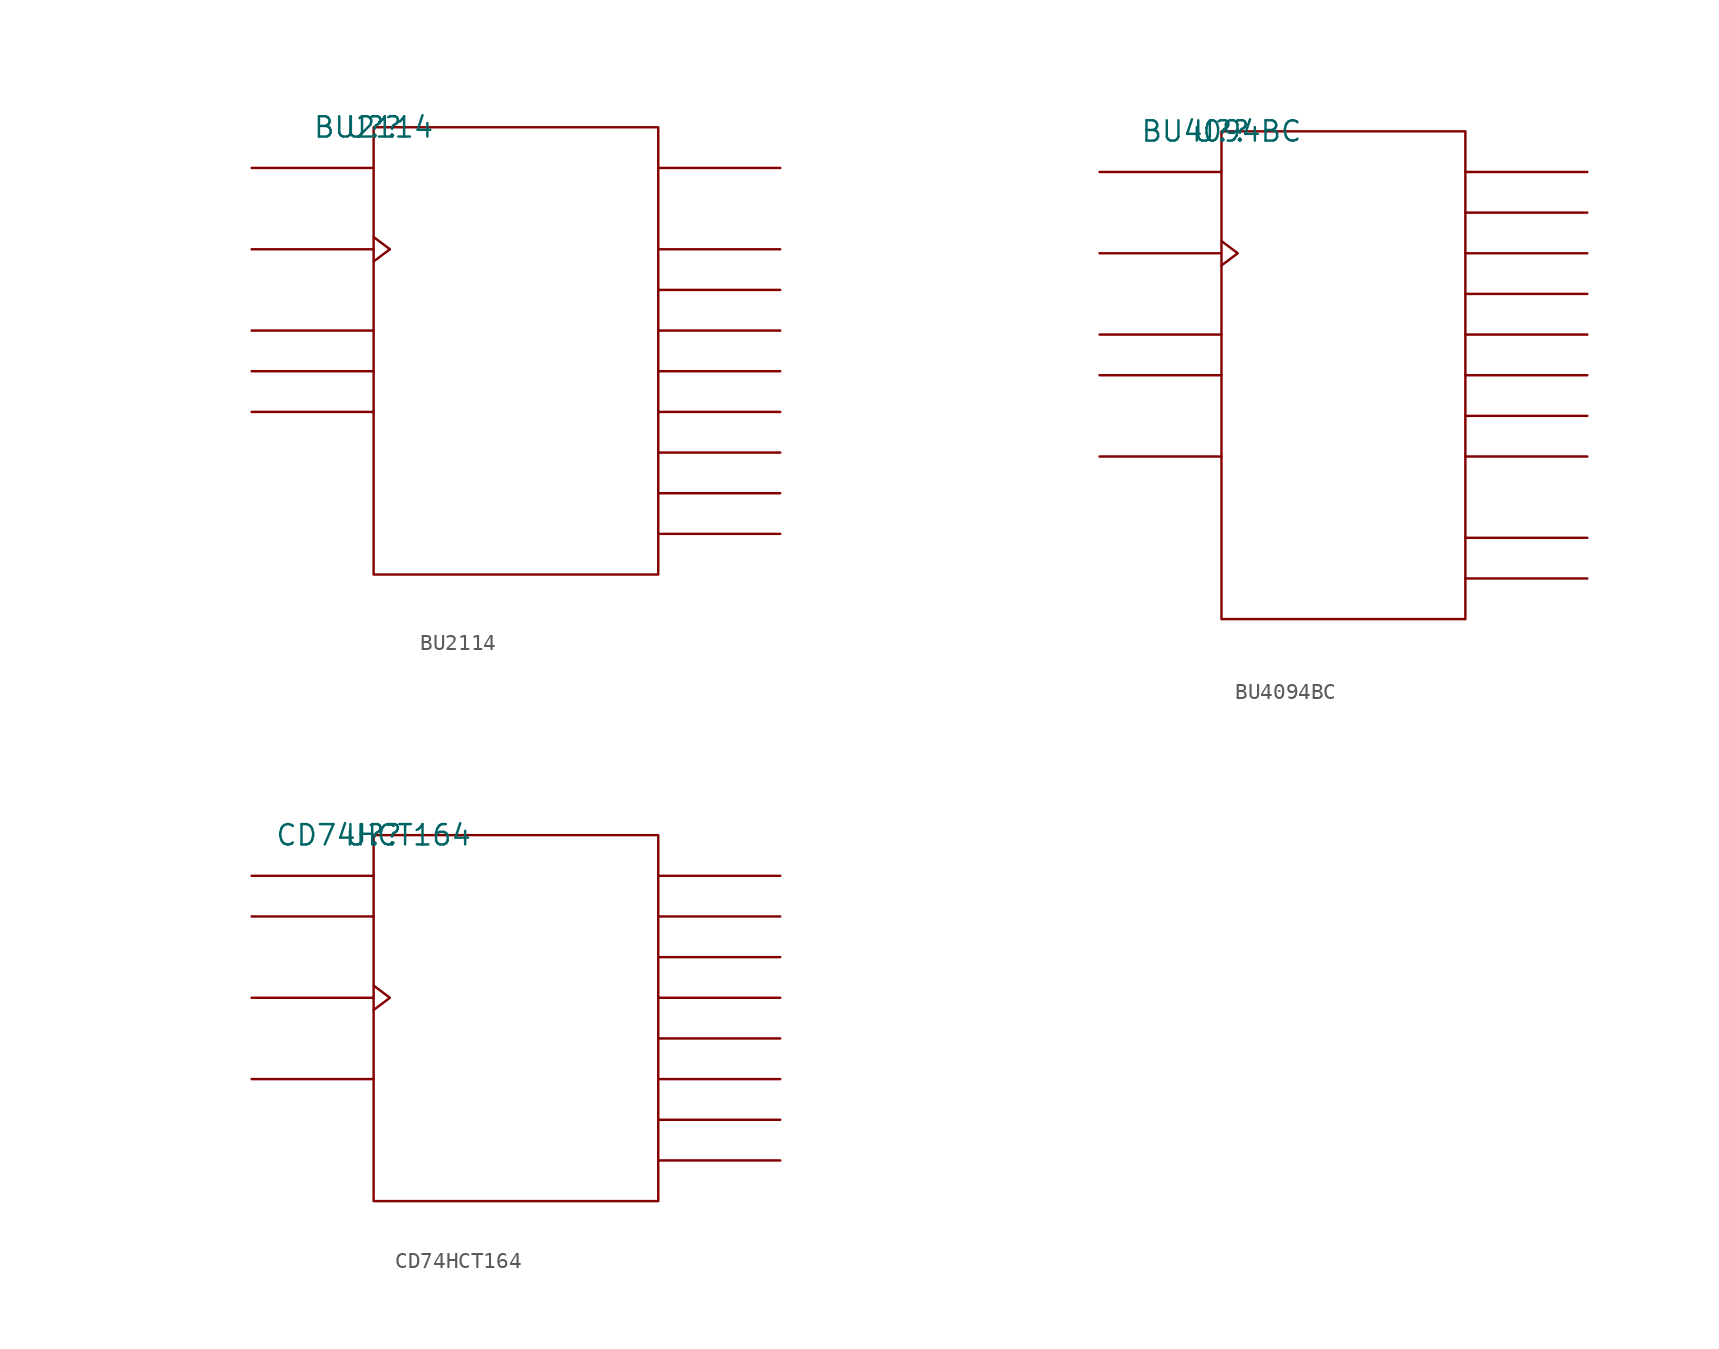
<source format=kicad_sym>
(kicad_symbol_lib
  (version 20211014)
  (generator kicad_symbol_editor)
  (symbol "BU2114"
    (pin_names
      (offset 0.762))
    (property "Reference" "U?"
      (at 0 0 0)
      (effects (font (size 1.27 1.27))))
    (property "Value" "BU2114"
      (at 0 0 0)
      (effects (font (size 1.27 1.27))))
    (symbol "BU2114_0_1"
      (rectangle (start 0 -27.94) (end 17.78 0) (stroke (width 0) (type default) (color 0 0 0 0)) (fill (type none)))
      (polyline (pts (xy 0 -17.78) (xy -7.62 -17.78)) (stroke (width 0) (type default) (color 0 0 0 0)) (fill (type none)))
      (polyline (pts (xy 0 -15.24) (xy -7.62 -15.24)) (stroke (width 0) (type default) (color 0 0 0 0)) (fill (type none)))
      (polyline (pts (xy 0 -12.7) (xy -7.62 -12.7)) (stroke (width 0) (type default) (color 0 0 0 0)) (fill (type none)))
      (polyline (pts (xy 0 -7.62) (xy -7.62 -7.62)) (stroke (width 0) (type default) (color 0 0 0 0)) (fill (type none)))
      (polyline (pts (xy 0 -2.54) (xy -7.62 -2.54)) (stroke (width 0) (type default) (color 0 0 0 0)) (fill (type none)))
      (polyline (pts (xy 17.78 -25.4) (xy 25.4 -25.4)) (stroke (width 0) (type default) (color 0 0 0 0)) (fill (type none)))
      (polyline (pts (xy 17.78 -22.86) (xy 25.4 -22.86)) (stroke (width 0) (type default) (color 0 0 0 0)) (fill (type none)))
      (polyline (pts (xy 17.78 -20.32) (xy 25.4 -20.32)) (stroke (width 0) (type default) (color 0 0 0 0)) (fill (type none)))
      (polyline (pts (xy 17.78 -17.78) (xy 25.4 -17.78)) (stroke (width 0) (type default) (color 0 0 0 0)) (fill (type none)))
      (polyline (pts (xy 17.78 -15.24) (xy 25.4 -15.24)) (stroke (width 0) (type default) (color 0 0 0 0)) (fill (type none)))
      (polyline (pts (xy 17.78 -12.7) (xy 25.4 -12.7)) (stroke (width 0) (type default) (color 0 0 0 0)) (fill (type none)))
      (polyline (pts (xy 17.78 -10.16) (xy 25.4 -10.16)) (stroke (width 0) (type default) (color 0 0 0 0)) (fill (type none)))
      (polyline (pts (xy 17.78 -7.62) (xy 25.4 -7.62)) (stroke (width 0) (type default) (color 0 0 0 0)) (fill (type none)))
      (polyline (pts (xy 17.78 -2.54) (xy 25.4 -2.54)) (stroke (width 0) (type default) (color 0 0 0 0)) (fill (type none)))
      (polyline (pts (xy 0 -6.858) (xy 1.016 -7.62) (xy 0 -8.382)) (stroke (width 0) (type default) (color 0 0 0 0)) (fill (type none))))
    (symbol "BU2114_1_1"
      (pin unspecified line (at -7.62 -2.54 0) (length 7.62) hide (name "SDI" (effects (font (size 1.245 1.245)))) (number "1" (effects (font (size 1.245 1.245)))))
      (pin unspecified line (at 25.4 -25.4 180) (length 7.62) hide (name "O\\8\\" (effects (font (size 1.245 1.245)))) (number "10" (effects (font (size 1.245 1.245)))))
      (pin unspecified line (at 25.4 -22.86 180) (length 7.62) hide (name "O\\7\\" (effects (font (size 1.245 1.245)))) (number "11" (effects (font (size 1.245 1.245)))))
      (pin unspecified line (at 25.4 -20.32 180) (length 7.62) hide (name "O\\6\\" (effects (font (size 1.245 1.245)))) (number "12" (effects (font (size 1.245 1.245)))))
      (pin unspecified line (at 25.4 -17.78 180) (length 7.62) hide (name "O\\5\\" (effects (font (size 1.245 1.245)))) (number "13" (effects (font (size 1.245 1.245)))))
      (pin unspecified line (at 25.4 -15.24 180) (length 7.62) hide (name "O\\4\\" (effects (font (size 1.245 1.245)))) (number "14" (effects (font (size 1.245 1.245)))))
      (pin unspecified line (at 25.4 -12.7 180) (length 7.62) hide (name "O\\3\\" (effects (font (size 1.245 1.245)))) (number "15" (effects (font (size 1.245 1.245)))))
      (pin unspecified line (at 25.4 -10.16 180) (length 7.62) hide (name "O\\2\\" (effects (font (size 1.245 1.245)))) (number "16" (effects (font (size 1.245 1.245)))))
      (pin unspecified line (at 25.4 -7.62 180) (length 7.62) hide (name "O\\1\\" (effects (font (size 1.245 1.245)))) (number "17" (effects (font (size 1.245 1.245)))))
      (pin power_in line (at 7.62 0 180) (length 7.62) hide (name "VCC" (effects (font (size 1.245 1.245)))) (number "18" (effects (font (size 1.245 1.245)))))
      (pin unspecified line (at -7.62 -7.62 180) (length 7.62) hide (name "CLK" (effects (font (size 1.245 1.245)))) (number "2" (effects (font (size 1.245 1.245)))))
      (pin unspecified line (at -7.62 -15.24 0) (length 7.62) hide (name "LCH" (effects (font (size 1.245 1.245)))) (number "3" (effects (font (size 1.245 1.245)))))
      (pin unspecified line (at 25.4 -2.54 180) (length 7.62) hide (name "SDO" (effects (font (size 1.245 1.245)))) (number "4" (effects (font (size 1.245 1.245)))))
      (pin unspecified line (at -7.62 -12.7 0) (length 7.62) hide (name "E\\N\\" (effects (font (size 1.245 1.245)))) (number "5" (effects (font (size 1.245 1.245)))))
      (pin unspecified line (at -7.62 -17.78 0) (length 7.62) hide (name "R\\S\\T\\" (effects (font (size 1.245 1.245)))) (number "6" (effects (font (size 1.245 1.245)))))
      (pin power_in line (at 5.08 -27.94 0) (length 7.62) hide (name "GND" (effects (font (size 1.245 1.245)))) (number "7" (effects (font (size 1.245 1.245)))))
      (pin power_in line (at 7.62 -27.94 0) (length 7.62) hide (name "GND" (effects (font (size 1.245 1.245)))) (number "8" (effects (font (size 1.245 1.245)))))
      (pin power_in line (at 10.16 -27.94 0) (length 7.62) hide (name "GND" (effects (font (size 1.245 1.245)))) (number "9" (effects (font (size 1.245 1.245)))))))
  (symbol "BU4094BC"
    (pin_names
      (offset 0.762))
    (property "Reference" "U?"
      (at 0 0 0)
      (effects (font (size 1.27 1.27))))
    (property "Value" "BU4094BC"
      (at 0 0 0)
      (effects (font (size 1.27 1.27))))
    (symbol "BU4094BC_0_1"
      (rectangle (start 0 -30.48) (end 15.24 0) (stroke (width 0) (type default) (color 0 0 0 0)) (fill (type none)))
      (polyline (pts (xy 0 -20.32) (xy -7.62 -20.32)) (stroke (width 0) (type default) (color 0 0 0 0)) (fill (type none)))
      (polyline (pts (xy 0 -15.24) (xy -7.62 -15.24)) (stroke (width 0) (type default) (color 0 0 0 0)) (fill (type none)))
      (polyline (pts (xy 0 -12.7) (xy -7.62 -12.7)) (stroke (width 0) (type default) (color 0 0 0 0)) (fill (type none)))
      (polyline (pts (xy 0 -7.62) (xy -7.62 -7.62)) (stroke (width 0) (type default) (color 0 0 0 0)) (fill (type none)))
      (polyline (pts (xy 0 -2.54) (xy -7.62 -2.54)) (stroke (width 0) (type default) (color 0 0 0 0)) (fill (type none)))
      (polyline (pts (xy 15.24 -27.94) (xy 22.86 -27.94)) (stroke (width 0) (type default) (color 0 0 0 0)) (fill (type none)))
      (polyline (pts (xy 15.24 -25.4) (xy 22.86 -25.4)) (stroke (width 0) (type default) (color 0 0 0 0)) (fill (type none)))
      (polyline (pts (xy 15.24 -20.32) (xy 22.86 -20.32)) (stroke (width 0) (type default) (color 0 0 0 0)) (fill (type none)))
      (polyline (pts (xy 15.24 -17.78) (xy 22.86 -17.78)) (stroke (width 0) (type default) (color 0 0 0 0)) (fill (type none)))
      (polyline (pts (xy 15.24 -15.24) (xy 22.86 -15.24)) (stroke (width 0) (type default) (color 0 0 0 0)) (fill (type none)))
      (polyline (pts (xy 15.24 -12.7) (xy 22.86 -12.7)) (stroke (width 0) (type default) (color 0 0 0 0)) (fill (type none)))
      (polyline (pts (xy 15.24 -10.16) (xy 22.86 -10.16)) (stroke (width 0) (type default) (color 0 0 0 0)) (fill (type none)))
      (polyline (pts (xy 15.24 -7.62) (xy 22.86 -7.62)) (stroke (width 0) (type default) (color 0 0 0 0)) (fill (type none)))
      (polyline (pts (xy 15.24 -5.08) (xy 22.86 -5.08)) (stroke (width 0) (type default) (color 0 0 0 0)) (fill (type none)))
      (polyline (pts (xy 15.24 -2.54) (xy 22.86 -2.54)) (stroke (width 0) (type default) (color 0 0 0 0)) (fill (type none)))
      (polyline (pts (xy 0 -6.858) (xy 1.016 -7.62) (xy 0 -8.382)) (stroke (width 0) (type default) (color 0 0 0 0)) (fill (type none))))
    (symbol "BU4094BC_1_1"
      (pin unspecified line (at -7.62 -15.24 0) (length 7.62) hide (name "S\\T\\R\\B\\" (effects (font (size 1.245 1.245)))) (number "1" (effects (font (size 1.245 1.245)))))
      (pin unspecified line (at 22.86 -27.94 180) (length 7.62) hide (name "Q'S" (effects (font (size 1.245 1.245)))) (number "10" (effects (font (size 1.245 1.245)))))
      (pin unspecified line (at 22.86 -20.32 180) (length 7.62) hide (name "Q8" (effects (font (size 1.245 1.245)))) (number "11" (effects (font (size 1.245 1.245)))))
      (pin unspecified line (at 22.86 -17.78 180) (length 7.62) hide (name "Q7" (effects (font (size 1.245 1.245)))) (number "12" (effects (font (size 1.245 1.245)))))
      (pin unspecified line (at 22.86 -15.24 180) (length 7.62) hide (name "Q6" (effects (font (size 1.245 1.245)))) (number "13" (effects (font (size 1.245 1.245)))))
      (pin unspecified line (at 22.86 -12.7 180) (length 7.62) hide (name "Q5" (effects (font (size 1.245 1.245)))) (number "14" (effects (font (size 1.245 1.245)))))
      (pin unspecified line (at -7.62 -12.7 0) (length 7.62) hide (name "OE" (effects (font (size 1.245 1.245)))) (number "15" (effects (font (size 1.245 1.245)))))
      (pin power_in line (at -7.62 -20.32 0) (length 7.62) hide (name "VCC" (effects (font (size 1.245 1.245)))) (number "16" (effects (font (size 1.245 1.245)))))
      (pin unspecified line (at -7.62 -2.54 0) (length 7.62) hide (name "SDI" (effects (font (size 1.245 1.245)))) (number "2" (effects (font (size 1.245 1.245)))))
      (pin unspecified line (at -7.62 -7.62 180) (length 7.62) hide (name "CLK" (effects (font (size 1.245 1.245)))) (number "3" (effects (font (size 1.245 1.245)))))
      (pin unspecified line (at 22.86 -2.54 180) (length 7.62) hide (name "Q1" (effects (font (size 1.245 1.245)))) (number "4" (effects (font (size 1.245 1.245)))))
      (pin unspecified line (at 22.86 -5.08 180) (length 7.62) hide (name "Q2" (effects (font (size 1.245 1.245)))) (number "5" (effects (font (size 1.245 1.245)))))
      (pin unspecified line (at 22.86 -7.62 180) (length 7.62) hide (name "Q3" (effects (font (size 1.245 1.245)))) (number "6" (effects (font (size 1.245 1.245)))))
      (pin unspecified line (at 22.86 -10.16 180) (length 7.62) hide (name "Q4" (effects (font (size 1.245 1.245)))) (number "7" (effects (font (size 1.245 1.245)))))
      (pin power_in line (at 7.62 -30.48 180) (length 7.62) hide (name "GND" (effects (font (size 1.245 1.245)))) (number "8" (effects (font (size 1.245 1.245)))))
      (pin unspecified line (at 22.86 -25.4 180) (length 7.62) hide (name "QS" (effects (font (size 1.245 1.245)))) (number "9" (effects (font (size 1.245 1.245)))))))
  (symbol "CD74HCT164"
    (pin_names
      (offset 0.762))
    (property "Reference" "U?"
      (at 0 0 0)
      (effects (font (size 1.27 1.27))))
    (property "Value" "CD74HCT164"
      (at 0 0 0)
      (effects (font (size 1.27 1.27))))
    (symbol "CD74HCT164_0_1"
      (rectangle (start 0 -22.86) (end 17.78 0) (stroke (width 0) (type default) (color 0 0 0 0)) (fill (type none)))
      (polyline (pts (xy 0 -15.24) (xy -7.62 -15.24)) (stroke (width 0) (type default) (color 0 0 0 0)) (fill (type none)))
      (polyline (pts (xy 0 -10.16) (xy -7.62 -10.16)) (stroke (width 0) (type default) (color 0 0 0 0)) (fill (type none)))
      (polyline (pts (xy 0 -5.08) (xy -7.62 -5.08)) (stroke (width 0) (type default) (color 0 0 0 0)) (fill (type none)))
      (polyline (pts (xy 0 -2.54) (xy -7.62 -2.54)) (stroke (width 0) (type default) (color 0 0 0 0)) (fill (type none)))
      (polyline (pts (xy 17.78 -20.32) (xy 25.4 -20.32)) (stroke (width 0) (type default) (color 0 0 0 0)) (fill (type none)))
      (polyline (pts (xy 17.78 -17.78) (xy 25.4 -17.78)) (stroke (width 0) (type default) (color 0 0 0 0)) (fill (type none)))
      (polyline (pts (xy 17.78 -15.24) (xy 25.4 -15.24)) (stroke (width 0) (type default) (color 0 0 0 0)) (fill (type none)))
      (polyline (pts (xy 17.78 -12.7) (xy 25.4 -12.7)) (stroke (width 0) (type default) (color 0 0 0 0)) (fill (type none)))
      (polyline (pts (xy 17.78 -10.16) (xy 25.4 -10.16)) (stroke (width 0) (type default) (color 0 0 0 0)) (fill (type none)))
      (polyline (pts (xy 17.78 -7.62) (xy 25.4 -7.62)) (stroke (width 0) (type default) (color 0 0 0 0)) (fill (type none)))
      (polyline (pts (xy 17.78 -5.08) (xy 25.4 -5.08)) (stroke (width 0) (type default) (color 0 0 0 0)) (fill (type none)))
      (polyline (pts (xy 17.78 -2.54) (xy 25.4 -2.54)) (stroke (width 0) (type default) (color 0 0 0 0)) (fill (type none)))
      (polyline (pts (xy 0 -9.398) (xy 1.016 -10.16) (xy 0 -10.922)) (stroke (width 0) (type default) (color 0 0 0 0)) (fill (type none))))
    (symbol "CD74HCT164_1_1"
      (pin unspecified line (at -7.62 -2.54 0) (length 7.62) hide (name "DS1" (effects (font (size 1.245 1.245)))) (number "1" (effects (font (size 1.245 1.245)))))
      (pin unspecified line (at 25.4 -12.7 180) (length 7.62) hide (name "Q4" (effects (font (size 1.245 1.245)))) (number "10" (effects (font (size 1.245 1.245)))))
      (pin unspecified line (at 25.4 -15.24 180) (length 7.62) hide (name "Q5" (effects (font (size 1.245 1.245)))) (number "11" (effects (font (size 1.245 1.245)))))
      (pin unspecified line (at 25.4 -17.78 180) (length 7.62) hide (name "Q6" (effects (font (size 1.245 1.245)))) (number "12" (effects (font (size 1.245 1.245)))))
      (pin unspecified line (at 25.4 -20.32 180) (length 7.62) hide (name "Q7" (effects (font (size 1.245 1.245)))) (number "13" (effects (font (size 1.245 1.245)))))
      (pin power_in line (at 7.62 0 0) (length 7.62) hide (name "VCC" (effects (font (size 1.245 1.245)))) (number "14" (effects (font (size 1.245 1.245)))))
      (pin unspecified line (at -7.62 -5.08 0) (length 7.62) hide (name "DS2" (effects (font (size 1.245 1.245)))) (number "2" (effects (font (size 1.245 1.245)))))
      (pin unspecified line (at 25.4 -2.54 180) (length 7.62) hide (name "Q0" (effects (font (size 1.245 1.245)))) (number "3" (effects (font (size 1.245 1.245)))))
      (pin unspecified line (at 25.4 -5.08 180) (length 7.62) hide (name "Q1" (effects (font (size 1.245 1.245)))) (number "4" (effects (font (size 1.245 1.245)))))
      (pin unspecified line (at 25.4 -7.62 180) (length 7.62) hide (name "Q2" (effects (font (size 1.245 1.245)))) (number "5" (effects (font (size 1.245 1.245)))))
      (pin unspecified line (at 25.4 -10.16 180) (length 7.62) hide (name "Q3" (effects (font (size 1.245 1.245)))) (number "6" (effects (font (size 1.245 1.245)))))
      (pin power_in line (at 7.62 -22.86 0) (length 7.62) hide (name "GND" (effects (font (size 1.245 1.245)))) (number "7" (effects (font (size 1.245 1.245)))))
      (pin unspecified line (at -7.62 -10.16 180) (length 7.62) hide (name "CP" (effects (font (size 1.245 1.245)))) (number "8" (effects (font (size 1.245 1.245)))))
      (pin unspecified line (at -7.62 -15.24 0) (length 7.62) hide (name "M\\R\\" (effects (font (size 1.245 1.245)))) (number "9" (effects (font (size 1.245 1.245))))))))
</source>
